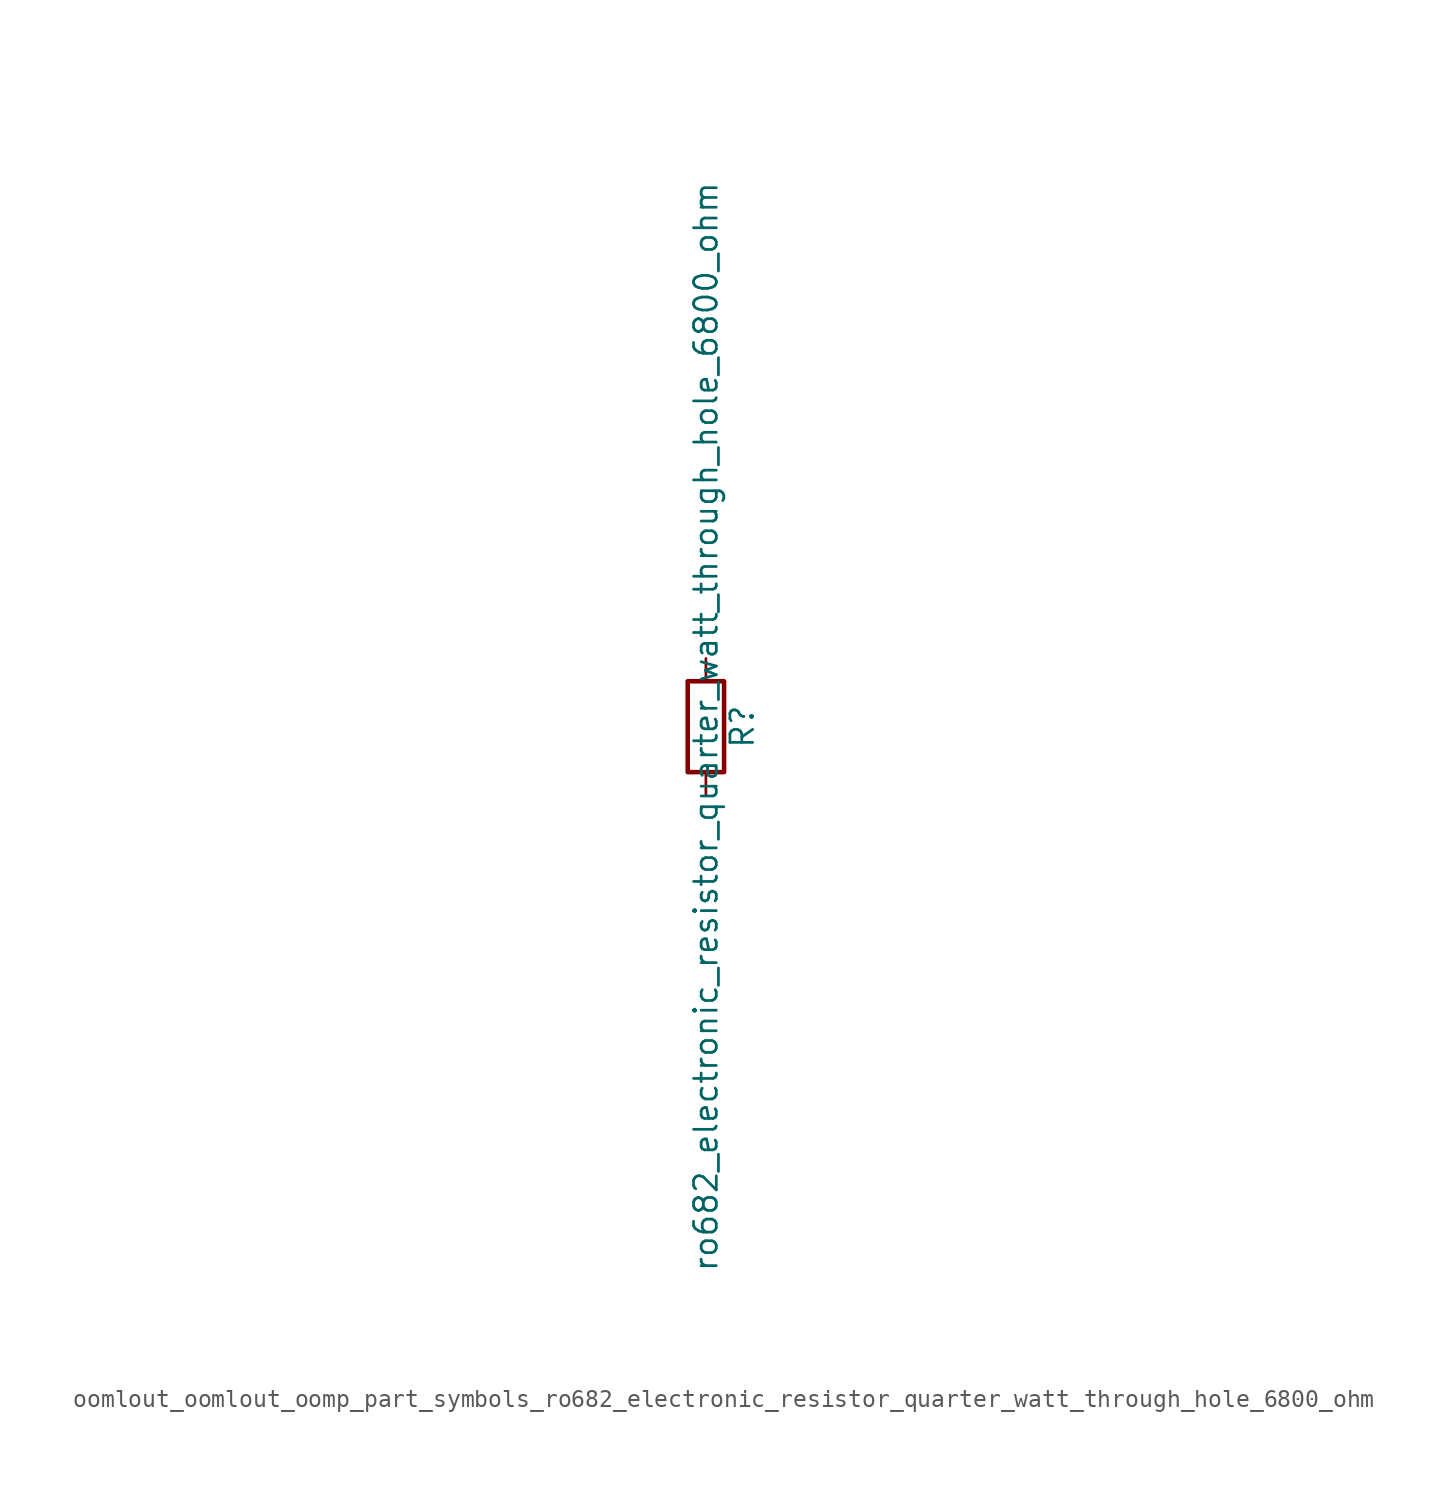
<source format=kicad_sym>
(kicad_symbol_lib
  (version 20220914)
  (generator kicad_symbol_editor)
  (symbol "oomlout_oomlout_oomp_part_symbols_ro682_electronic_resistor_quarter_watt_through_hole_6800_ohm"
    (pin_numbers hide)
    (pin_names
      (offset 0))
    (property "Reference" "R"
      (at 2.032 0 90)
      (effects (font (size 1.27 1.27))))
    (property "Value" "ro682_electronic_resistor_quarter_watt_through_hole_6800_ohm"
      (at 0 0 90)
      (effects (font (size 1.27 1.27))))
    (symbol "oomlout_oomlout_oomp_part_symbols_ro682_electronic_resistor_quarter_watt_through_hole_6800_ohm_0_1"
      (rectangle (start -1.016 -2.54) (end 1.016 2.54) (stroke (width 0.254) (type default)) (fill (type none))))
    (symbol "oomlout_oomlout_oomp_part_symbols_ro682_electronic_resistor_quarter_watt_through_hole_6800_ohm_1_1"
      (pin passive line (at 0 3.81 270) (length 1.27) (name "~" (effects (font (size 1.27 1.27)))) (number "1" (effects (font (size 1.27 1.27)))))
      (pin passive line (at 0 -3.81 90) (length 1.27) (name "~" (effects (font (size 1.27 1.27)))) (number "2" (effects (font (size 1.27 1.27))))))))
</source>
